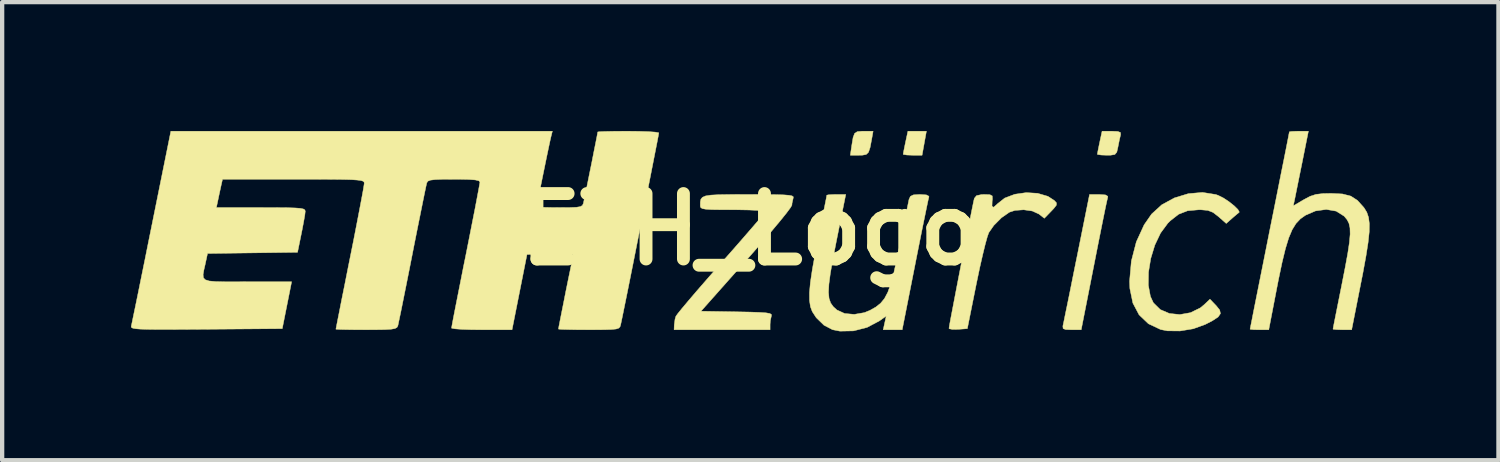
<source format=kicad_pcb>
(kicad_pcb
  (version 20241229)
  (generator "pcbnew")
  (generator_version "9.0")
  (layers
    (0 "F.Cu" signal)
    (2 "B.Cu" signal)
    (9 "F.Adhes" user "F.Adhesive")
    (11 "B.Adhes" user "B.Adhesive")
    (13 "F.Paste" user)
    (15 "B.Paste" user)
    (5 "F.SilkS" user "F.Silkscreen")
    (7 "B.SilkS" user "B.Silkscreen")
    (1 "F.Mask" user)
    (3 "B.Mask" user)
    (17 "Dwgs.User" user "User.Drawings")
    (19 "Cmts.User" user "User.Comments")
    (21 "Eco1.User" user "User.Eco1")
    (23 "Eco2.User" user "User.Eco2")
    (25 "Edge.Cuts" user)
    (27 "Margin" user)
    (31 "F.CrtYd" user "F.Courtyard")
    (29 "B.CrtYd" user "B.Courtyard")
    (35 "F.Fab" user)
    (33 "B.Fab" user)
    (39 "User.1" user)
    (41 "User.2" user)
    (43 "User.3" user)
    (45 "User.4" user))
  (footprint "ETH_Logo"
    (layer "F.Cu")
    (at 14.423 2.291)
    (property "Reference" "ETH_Logo" (at 0 0 0) (layer "F.SilkS") (effects (font (size 1.524 1.524) (thickness 0.3))))
    (attr through_hole)
    (fp_poly (pts (xy 3.996 -1.727) (xy 3.776 -1.727) (xy 3.643 -1.732) (xy 3.565 -1.744) (xy 3.556 -1.75) (xy 3.566 -1.809) (xy 3.591 -1.934) (xy 3.611 -2.03) (xy 3.666 -2.286) (xy 4.097 -2.286) (xy 3.996 -1.727)) (stroke (width 0.01) (type solid)) (fill yes) (layer "F.SilkS"))
    (fp_poly (pts (xy 2.822 -2.095) (xy 2.786 -1.907) (xy 2.749 -1.797) (xy 2.694 -1.744) (xy 2.604 -1.728) (xy 2.531 -1.727) (xy 2.325 -1.727) (xy 2.361 -1.968) (xy 2.39 -2.141) (xy 2.426 -2.236) (xy 2.488 -2.276) (xy 2.6 -2.286) (xy 2.65 -2.286) (xy 2.856 -2.286) (xy 2.822 -2.095)) (stroke (width 0.01) (type solid)) (fill yes) (layer "F.SilkS"))
    (fp_poly (pts (xy 8.555 -2.28) (xy 8.615 -2.256) (xy 8.619 -2.204) (xy 8.617 -2.197) (xy 8.591 -2.088) (xy 8.561 -1.939) (xy 8.557 -1.918) (xy 8.53 -1.799) (xy 8.484 -1.744) (xy 8.386 -1.728) (xy 8.3 -1.727) (xy 8.166 -1.732) (xy 8.086 -1.744) (xy 8.077 -1.75) (xy 8.087 -1.809) (xy 8.112 -1.934) (xy 8.132 -2.03) (xy 8.187 -2.286) (xy 8.415 -2.286) (xy 8.555 -2.28)) (stroke (width 0.01) (type solid)) (fill yes) (layer "F.SilkS"))
    (fp_poly (pts (xy 8.265 -0.803) (xy 8.32 -0.771) (xy 8.319 -0.749) (xy 8.304 -0.685) (xy 8.271 -0.534) (xy 8.225 -0.309) (xy 8.167 -0.022) (xy 8.1 0.313) (xy 8.027 0.683) (xy 7.999 0.826) (xy 7.701 2.337) (xy 7.477 2.337) (xy 7.34 2.332) (xy 7.28 2.309) (xy 7.274 2.253) (xy 7.28 2.223) (xy 7.297 2.145) (xy 7.33 1.981) (xy 7.379 1.745) (xy 7.439 1.45) (xy 7.507 1.11) (xy 7.582 0.739) (xy 7.601 0.648) (xy 7.895 -0.813) (xy 8.118 -0.813) (xy 8.265 -0.803)) (stroke (width 0.01) (type solid)) (fill yes) (layer "F.SilkS"))
    (fp_poly (pts (xy 6.686 -0.84) (xy 6.925 -0.77) (xy 7.075 -0.673) (xy 7.125 -0.618) (xy 7.123 -0.565) (xy 7.062 -0.486) (xy 7.004 -0.425) (xy 6.843 -0.259) (xy 6.716 -0.358) (xy 6.563 -0.428) (xy 6.362 -0.457) (xy 6.158 -0.442) (xy 6.029 -0.4) (xy 5.844 -0.271) (xy 5.666 -0.092) (xy 5.549 0.076) (xy 5.515 0.171) (xy 5.466 0.349) (xy 5.407 0.591) (xy 5.341 0.879) (xy 5.274 1.198) (xy 5.259 1.27) (xy 5.05 2.311) (xy 4.837 2.327) (xy 4.706 2.329) (xy 4.63 2.314) (xy 4.623 2.305) (xy 4.632 2.245) (xy 4.658 2.1) (xy 4.699 1.886) (xy 4.75 1.619) (xy 4.809 1.312) (xy 4.873 0.981) (xy 4.939 0.642) (xy 5.004 0.309) (xy 5.065 -0.002) (xy 5.12 -0.276) (xy 5.164 -0.497) (xy 5.196 -0.652) (xy 5.213 -0.724) (xy 5.213 -0.724) (xy 5.264 -0.786) (xy 5.382 -0.811) (xy 5.445 -0.813) (xy 5.575 -0.808) (xy 5.63 -0.779) (xy 5.634 -0.706) (xy 5.628 -0.66) (xy 5.624 -0.541) (xy 5.661 -0.515) (xy 5.738 -0.582) (xy 5.747 -0.592) (xy 5.921 -0.73) (xy 6.155 -0.818) (xy 6.42 -0.856) (xy 6.686 -0.84)) (stroke (width 0.01) (type solid)) (fill yes) (layer "F.SilkS"))
    (fp_poly (pts (xy 10.833 -0.812) (xy 10.888 -0.793) (xy 11.009 -0.733) (xy 11.142 -0.645) (xy 11.263 -0.549) (xy 11.351 -0.462) (xy 11.382 -0.404) (xy 11.375 -0.394) (xy 11.327 -0.355) (xy 11.234 -0.276) (xy 11.216 -0.26) (xy 11.078 -0.138) (xy 10.897 -0.298) (xy 10.771 -0.395) (xy 10.651 -0.442) (xy 10.489 -0.457) (xy 10.435 -0.457) (xy 10.178 -0.434) (xy 9.97 -0.353) (xy 9.773 -0.199) (xy 9.718 -0.144) (xy 9.549 0.084) (xy 9.415 0.366) (xy 9.32 0.678) (xy 9.268 0.997) (xy 9.264 1.299) (xy 9.312 1.559) (xy 9.381 1.708) (xy 9.542 1.867) (xy 9.755 1.958) (xy 9.998 1.983) (xy 10.246 1.939) (xy 10.476 1.826) (xy 10.569 1.749) (xy 10.699 1.625) (xy 10.844 1.776) (xy 10.926 1.878) (xy 10.943 1.961) (xy 10.889 2.039) (xy 10.754 2.128) (xy 10.589 2.213) (xy 10.309 2.314) (xy 10.002 2.365) (xy 9.708 2.362) (xy 9.55 2.331) (xy 9.266 2.197) (xy 9.049 1.99) (xy 8.904 1.715) (xy 8.834 1.376) (xy 8.827 1.208) (xy 8.869 0.736) (xy 8.984 0.291) (xy 9.166 -0.106) (xy 9.34 -0.357) (xy 9.577 -0.573) (xy 9.871 -0.733) (xy 10.196 -0.832) (xy 10.525 -0.861) (xy 10.833 -0.812)) (stroke (width 0.01) (type solid)) (fill yes) (layer "F.SilkS"))
    (fp_poly (pts (xy -0.04 -0.813) (xy 0.317 -0.812) (xy 0.584 -0.809) (xy 0.773 -0.804) (xy 0.897 -0.794) (xy 0.968 -0.78) (xy 0.997 -0.76) (xy 0.997 -0.734) (xy 0.996 -0.732) (xy 0.968 -0.608) (xy 0.965 -0.564) (xy 0.932 -0.506) (xy 0.84 -0.382) (xy 0.695 -0.202) (xy 0.507 0.023) (xy 0.284 0.284) (xy 0.033 0.571) (xy -0.094 0.714) (xy -1.152 1.905) (xy -0.317 1.919) (xy -0.007 1.925) (xy 0.216 1.933) (xy 0.363 1.943) (xy 0.449 1.958) (xy 0.487 1.98) (xy 0.489 2.008) (xy 0.488 2.012) (xy 0.463 2.126) (xy 0.457 2.214) (xy 0.457 2.337) (xy -1.778 2.337) (xy -1.774 2.223) (xy -1.756 2.09) (xy -1.736 2.023) (xy -1.695 1.965) (xy -1.595 1.841) (xy -1.444 1.661) (xy -1.252 1.436) (xy -1.026 1.176) (xy -0.776 0.891) (xy -0.686 0.788) (xy -0.431 0.499) (xy -0.198 0.233) (xy 0.004 0.000011) (xy 0.167 -0.189) (xy 0.282 -0.326) (xy 0.341 -0.4) (xy 0.347 -0.41) (xy 0.305 -0.428) (xy 0.174 -0.442) (xy -0.034 -0.452) (xy -0.308 -0.457) (xy -0.402 -0.457) (xy -0.696 -0.458) (xy -0.904 -0.461) (xy -1.04 -0.47) (xy -1.119 -0.484) (xy -1.157 -0.508) (xy -1.168 -0.541) (xy -1.168 -0.555) (xy -1.167 -0.638) (xy -1.154 -0.702) (xy -1.118 -0.747) (xy -1.045 -0.779) (xy -0.924 -0.798) (xy -0.742 -0.808) (xy -0.487 -0.812) (xy -0.145 -0.813) (xy -0.04 -0.813)) (stroke (width 0.01) (type solid)) (fill yes) (layer "F.SilkS"))
    (fp_poly (pts (xy 1.997 0.292) (xy 1.917 0.701) (xy 1.86 1.024) (xy 1.827 1.274) (xy 1.817 1.464) (xy 1.83 1.606) (xy 1.867 1.713) (xy 1.928 1.799) (xy 2.013 1.876) (xy 2.015 1.877) (xy 2.192 1.958) (xy 2.416 1.979) (xy 2.653 1.938) (xy 2.783 1.885) (xy 2.919 1.808) (xy 3.029 1.721) (xy 3.12 1.611) (xy 3.198 1.464) (xy 3.269 1.267) (xy 3.339 1.007) (xy 3.414 0.67) (xy 3.478 0.356) (xy 3.539 0.052) (xy 3.594 -0.223) (xy 3.641 -0.452) (xy 3.675 -0.617) (xy 3.692 -0.699) (xy 3.725 -0.77) (xy 3.796 -0.804) (xy 3.937 -0.813) (xy 3.948 -0.813) (xy 4.096 -0.803) (xy 4.155 -0.772) (xy 4.154 -0.749) (xy 4.138 -0.685) (xy 4.106 -0.534) (xy 4.06 -0.309) (xy 4.001 -0.023) (xy 3.934 0.312) (xy 3.86 0.683) (xy 3.832 0.826) (xy 3.533 2.337) (xy 3.091 2.337) (xy 3.126 2.177) (xy 3.161 2.017) (xy 2.999 2.132) (xy 2.715 2.282) (xy 2.399 2.363) (xy 2.083 2.369) (xy 1.911 2.335) (xy 1.712 2.231) (xy 1.532 2.056) (xy 1.439 1.913) (xy 1.397 1.801) (xy 1.375 1.657) (xy 1.374 1.472) (xy 1.396 1.232) (xy 1.442 0.925) (xy 1.512 0.54) (xy 1.573 0.232) (xy 1.635 -0.074) (xy 1.689 -0.345) (xy 1.733 -0.565) (xy 1.764 -0.72) (xy 1.777 -0.793) (xy 1.778 -0.797) (xy 1.823 -0.806) (xy 1.938 -0.812) (xy 1.998 -0.813) (xy 2.219 -0.813) (xy 1.997 0.292)) (stroke (width 0.01) (type solid)) (fill yes) (layer "F.SilkS"))
    (fp_poly (pts (xy 12.846 -1.562) (xy 12.791 -1.291) (xy 12.741 -1.045) (xy 12.701 -0.846) (xy 12.675 -0.717) (xy 12.67 -0.693) (xy 12.639 -0.548) (xy 12.885 -0.693) (xy 13.032 -0.771) (xy 13.167 -0.815) (xy 13.33 -0.834) (xy 13.522 -0.838) (xy 13.784 -0.825) (xy 13.978 -0.775) (xy 14.132 -0.676) (xy 14.277 -0.515) (xy 14.29 -0.498) (xy 14.351 -0.398) (xy 14.391 -0.28) (xy 14.41 -0.132) (xy 14.407 0.059) (xy 14.381 0.305) (xy 14.332 0.618) (xy 14.26 1.012) (xy 14.219 1.219) (xy 13.998 2.337) (xy 13.781 2.337) (xy 13.649 2.333) (xy 13.572 2.325) (xy 13.564 2.321) (xy 13.573 2.268) (xy 13.6 2.131) (xy 13.641 1.925) (xy 13.693 1.665) (xy 13.753 1.365) (xy 13.767 1.295) (xy 13.848 0.882) (xy 13.908 0.555) (xy 13.946 0.302) (xy 13.963 0.11) (xy 13.959 -0.034) (xy 13.935 -0.142) (xy 13.891 -0.227) (xy 13.828 -0.303) (xy 13.822 -0.309) (xy 13.638 -0.425) (xy 13.408 -0.465) (xy 13.156 -0.43) (xy 12.924 -0.33) (xy 12.805 -0.246) (xy 12.703 -0.138) (xy 12.614 0.005) (xy 12.533 0.197) (xy 12.456 0.449) (xy 12.377 0.774) (xy 12.291 1.184) (xy 12.262 1.333) (xy 12.068 2.337) (xy 11.851 2.337) (xy 11.718 2.334) (xy 11.641 2.326) (xy 11.633 2.322) (xy 11.643 2.271) (xy 11.671 2.131) (xy 11.714 1.91) (xy 11.772 1.62) (xy 11.842 1.269) (xy 11.922 0.869) (xy 12.01 0.429) (xy 12.09 0.025) (xy 12.184 -0.441) (xy 12.271 -0.877) (xy 12.349 -1.271) (xy 12.418 -1.613) (xy 12.474 -1.894) (xy 12.515 -2.104) (xy 12.54 -2.233) (xy 12.548 -2.272) (xy 12.593 -2.28) (xy 12.707 -2.285) (xy 12.769 -2.286) (xy 12.991 -2.286) (xy 12.846 -1.562)) (stroke (width 0.01) (type solid)) (fill yes) (layer "F.SilkS"))
    (fp_poly (pts (xy -4.647 -2.146) (xy -4.667 -2.058) (xy -4.701 -1.898) (xy -4.745 -1.689) (xy -4.794 -1.449) (xy -4.845 -1.201) (xy -4.893 -0.964) (xy -4.934 -0.76) (xy -4.964 -0.608) (xy -4.978 -0.531) (xy -4.978 -0.525) (xy -4.931 -0.518) (xy -4.803 -0.513) (xy -4.616 -0.509) (xy -4.446 -0.508) (xy -4.208 -0.509) (xy -4.053 -0.515) (xy -3.961 -0.53) (xy -3.914 -0.557) (xy -3.892 -0.601) (xy -3.887 -0.622) (xy -3.868 -0.709) (xy -3.835 -0.867) (xy -3.792 -1.077) (xy -3.744 -1.316) (xy -3.693 -1.566) (xy -3.646 -1.806) (xy -3.604 -2.015) (xy -3.573 -2.172) (xy -3.557 -2.259) (xy -3.556 -2.269) (xy -3.508 -2.275) (xy -3.377 -2.28) (xy -3.181 -2.284) (xy -2.937 -2.286) (xy -2.845 -2.286) (xy -2.589 -2.283) (xy -2.374 -2.276) (xy -2.218 -2.265) (xy -2.14 -2.251) (xy -2.134 -2.246) (xy -2.143 -2.191) (xy -2.17 -2.048) (xy -2.213 -1.83) (xy -2.268 -1.55) (xy -2.333 -1.219) (xy -2.406 -0.85) (xy -2.484 -0.455) (xy -2.565 -0.047) (xy -2.647 0.363) (xy -2.726 0.761) (xy -2.801 1.136) (xy -2.869 1.475) (xy -2.928 1.765) (xy -2.975 1.996) (xy -3.008 2.154) (xy -3.023 2.223) (xy -3.037 2.268) (xy -3.067 2.299) (xy -3.127 2.319) (xy -3.235 2.33) (xy -3.406 2.335) (xy -3.657 2.337) (xy -3.76 2.337) (xy -4.016 2.336) (xy -4.23 2.332) (xy -4.386 2.328) (xy -4.464 2.322) (xy -4.47 2.319) (xy -4.461 2.265) (xy -4.435 2.131) (xy -4.397 1.939) (xy -4.351 1.709) (xy -4.302 1.46) (xy -4.252 1.214) (xy -4.206 0.991) (xy -4.169 0.811) (xy -4.145 0.694) (xy -4.139 0.671) (xy -4.13 0.62) (xy -4.143 0.588) (xy -4.196 0.57) (xy -4.304 0.563) (xy -4.485 0.565) (xy -4.658 0.57) (xy -5.203 0.584) (xy -5.551 2.337) (xy -6.255 2.337) (xy -6.51 2.334) (xy -6.723 2.327) (xy -6.877 2.315) (xy -6.954 2.301) (xy -6.96 2.296) (xy -6.95 2.239) (xy -6.923 2.093) (xy -6.88 1.872) (xy -6.824 1.588) (xy -6.757 1.251) (xy -6.683 0.875) (xy -6.629 0.61) (xy -6.55 0.212) (xy -6.478 -0.154) (xy -6.414 -0.478) (xy -6.363 -0.747) (xy -6.325 -0.949) (xy -6.303 -1.071) (xy -6.299 -1.103) (xy -6.324 -1.132) (xy -6.408 -1.152) (xy -6.564 -1.163) (xy -6.804 -1.168) (xy -6.905 -1.168) (xy -7.165 -1.167) (xy -7.341 -1.16) (xy -7.449 -1.147) (xy -7.508 -1.124) (xy -7.534 -1.088) (xy -7.537 -1.079) (xy -7.553 -1.009) (xy -7.586 -0.852) (xy -7.633 -0.621) (xy -7.692 -0.328) (xy -7.761 0.013) (xy -7.836 0.39) (xy -7.874 0.584) (xy -7.951 0.974) (xy -8.023 1.334) (xy -8.087 1.653) (xy -8.14 1.916) (xy -8.181 2.111) (xy -8.205 2.225) (xy -8.211 2.248) (xy -8.231 2.283) (xy -8.277 2.308) (xy -8.366 2.324) (xy -8.514 2.333) (xy -8.736 2.336) (xy -8.944 2.337) (xy -9.199 2.336) (xy -9.413 2.333) (xy -9.568 2.329) (xy -9.646 2.324) (xy -9.652 2.322) (xy -9.642 2.27) (xy -9.615 2.131) (xy -9.572 1.915) (xy -9.517 1.635) (xy -9.45 1.303) (xy -9.376 0.929) (xy -9.322 0.66) (xy -9.242 0.262) (xy -9.17 -0.108) (xy -9.107 -0.435) (xy -9.055 -0.709) (xy -9.017 -0.915) (xy -8.996 -1.043) (xy -8.992 -1.077) (xy -8.997 -1.102) (xy -9.019 -1.122) (xy -9.068 -1.138) (xy -9.155 -1.149) (xy -9.289 -1.158) (xy -9.482 -1.163) (xy -9.742 -1.166) (xy -10.081 -1.168) (xy -10.509 -1.168) (xy -10.642 -1.168) (xy -12.292 -1.168) (xy -12.318 -1.054) (xy -12.345 -0.931) (xy -12.38 -0.768) (xy -12.389 -0.724) (xy -12.435 -0.508) (xy -11.399 -0.508) (xy -11.049 -0.507) (xy -10.788 -0.505) (xy -10.602 -0.499) (xy -10.48 -0.49) (xy -10.409 -0.475) (xy -10.375 -0.454) (xy -10.366 -0.425) (xy -10.366 -0.419) (xy -10.376 -0.33) (xy -10.404 -0.172) (xy -10.442 0.028) (xy -10.457 0.102) (xy -10.545 0.533) (xy -11.593 0.547) (xy -12.641 0.561) (xy -12.696 0.816) (xy -12.727 0.951) (xy -12.744 1.052) (xy -12.738 1.124) (xy -12.695 1.172) (xy -12.605 1.201) (xy -12.455 1.215) (xy -12.233 1.22) (xy -11.928 1.22) (xy -11.717 1.219) (xy -10.683 1.219) (xy -10.792 1.765) (xy -10.901 2.311) (xy -12.67 2.325) (xy -13.141 2.328) (xy -13.52 2.33) (xy -13.817 2.33) (xy -14.041 2.327) (xy -14.203 2.322) (xy -14.312 2.313) (xy -14.378 2.301) (xy -14.41 2.285) (xy -14.418 2.264) (xy -14.416 2.249) (xy -14.401 2.181) (xy -14.369 2.025) (xy -14.32 1.79) (xy -14.258 1.488) (xy -14.185 1.127) (xy -14.102 0.72) (xy -14.013 0.276) (xy -13.944 -0.064) (xy -13.495 -2.286) (xy -9.054 -2.286) (xy -4.612 -2.286) (xy -4.647 -2.146)) (stroke (width 0.01) (type solid)) (fill yes) (layer "F.SilkS")))
  (gr_rect
    (start -3 -3)
    (end 31.839 7.665)
    (stroke (width 0.1) (type default))
    (fill no)
    (layer "Edge.Cuts")))
</source>
